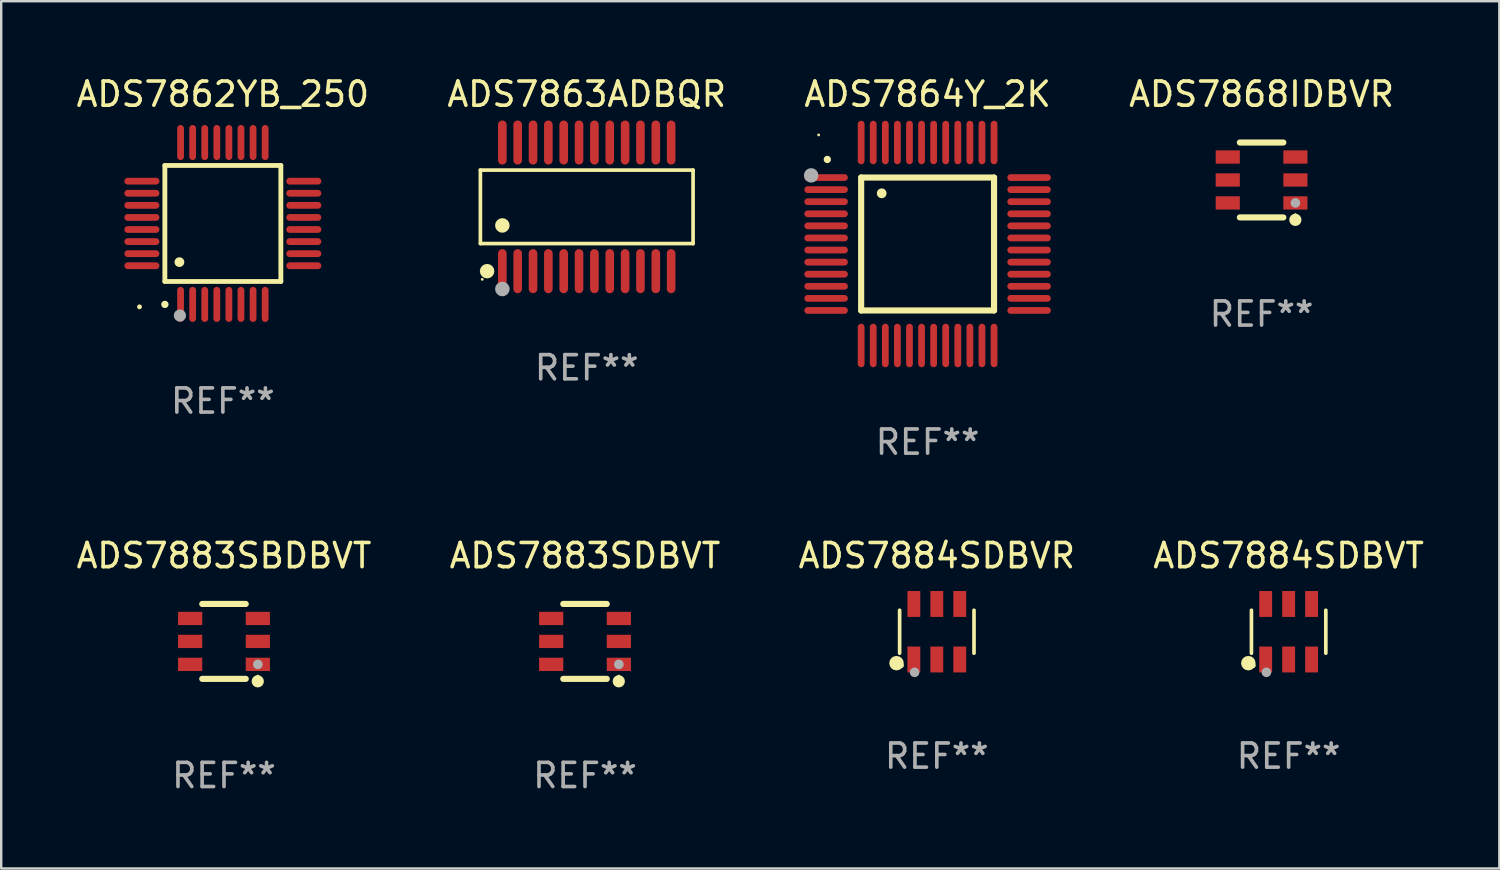
<source format=kicad_pcb>
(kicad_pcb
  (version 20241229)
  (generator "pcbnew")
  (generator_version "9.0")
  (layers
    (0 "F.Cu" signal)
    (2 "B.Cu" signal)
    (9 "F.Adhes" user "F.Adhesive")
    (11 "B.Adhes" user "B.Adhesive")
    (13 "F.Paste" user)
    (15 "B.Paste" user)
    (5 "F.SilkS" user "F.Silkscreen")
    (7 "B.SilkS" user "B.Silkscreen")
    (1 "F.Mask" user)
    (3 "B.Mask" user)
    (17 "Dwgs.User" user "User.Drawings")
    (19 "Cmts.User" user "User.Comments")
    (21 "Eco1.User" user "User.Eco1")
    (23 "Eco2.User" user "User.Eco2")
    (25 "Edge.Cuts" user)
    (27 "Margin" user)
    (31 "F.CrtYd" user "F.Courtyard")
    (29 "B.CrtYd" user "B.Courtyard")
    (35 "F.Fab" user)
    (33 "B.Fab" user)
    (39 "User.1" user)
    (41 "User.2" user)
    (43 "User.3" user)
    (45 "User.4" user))
  (footprint "ADS7883SBDBVT"
    (layer "F.Cu")
    (at 6.22 23.495)
    (property "Reference" "ADS7883SBDBVT" (at 0 -3.55 0) (layer "F.SilkS") (effects (font (size 1 1) (thickness 0.15))))
    (attr through_hole)
    (fp_line (start -0.9 -1.55) (end 0.9 -1.55) (stroke (width 0.254) (type solid)) (layer "F.SilkS"))
    (fp_line (start -0.9 1.55) (end 0.9 1.55) (stroke (width 0.254) (type solid)) (layer "F.SilkS"))
    (fp_circle (center 1.397 1.651) (end 1.524 1.651) (stroke (width 0.254) (type solid)) (fill no) (layer "F.SilkS"))
    (fp_circle (center 1.4 1.435) (end 1.43 1.435) (stroke (width 0.06) (type solid)) (fill no) (layer "F.SilkS"))
    (fp_circle (center 1.4 0.95) (end 1.5 0.95) (stroke (width 0.2) (type solid)) (fill no) (layer "F.Fab"))
    (fp_text user "REF**" (at 0 5.55 0) (layer "F.Fab") (effects (font (size 1 1) (thickness 0.15))))
    (pad "1" smd rect (at 1.4 0.95) (size 1 0.55) (layers "F.Cu" "F.Mask" "F.Paste"))
    (pad "2" smd rect (at 1.4 -0.000102) (size 1 0.55) (layers "F.Cu" "F.Mask" "F.Paste"))
    (pad "3" smd rect (at 1.4 -0.95) (size 1 0.55) (layers "F.Cu" "F.Mask" "F.Paste"))
    (pad "4" smd rect (at -1.4 -0.95) (size 1 0.55) (layers "F.Cu" "F.Mask" "F.Paste"))
    (pad "5" smd rect (at -1.4 -0.000102) (size 1 0.55) (layers "F.Cu" "F.Mask" "F.Paste"))
    (pad "6" smd rect (at -1.4 0.95) (size 1 0.55) (layers "F.Cu" "F.Mask" "F.Paste")))
  (footprint "ADS7862YB_250"
    (layer "F.Cu")
    (at 6.173 6.198)
    (property "Reference" "ADS7862YB_250" (at 0 -5.35 0) (layer "F.SilkS") (effects (font (size 1 1) (thickness 0.15))))
    (attr through_hole)
    (fp_line (start -2.4 -2.4) (end -2.4 2.4) (stroke (width 0.2) (type solid)) (layer "F.SilkS"))
    (fp_line (start -2.4 2.4) (end 2.4 2.4) (stroke (width 0.2) (type solid)) (layer "F.SilkS"))
    (fp_line (start 2.4 -2.4) (end -2.4 -2.4) (stroke (width 0.2) (type solid)) (layer "F.SilkS"))
    (fp_line (start 2.4 2.4) (end 2.4 -2.4) (stroke (width 0.2) (type solid)) (layer "F.SilkS"))
    (fp_arc (start -2.400305 3.350267) (mid -2.399035 3.350262) (end -2.397765 3.350267) (stroke (width 0.3) (type solid)) (layer "F.SilkS"))
    (fp_arc (start -1.800864 1.600203) (mid -1.798324 1.600187) (end -1.795784 1.600203) (stroke (width 0.4) (type solid)) (layer "F.SilkS"))
    (fp_circle (center -3.45 3.45) (end -3.4 3.45) (stroke (width 0.1) (type solid)) (fill no) (layer "F.SilkS"))
    (fp_circle (center -1.778 3.81) (end -1.651 3.81) (stroke (width 0.254) (type solid)) (fill no) (layer "F.Fab"))
    (fp_text user "REF**" (at 0 7.35 0) (layer "F.Fab") (effects (font (size 1 1) (thickness 0.15))))
    (pad "1" smd oval (at -1.75 3.35) (size 0.28 1.45) (layers "F.Cu" "F.Mask" "F.Paste"))
    (pad "2" smd oval (at -1.25 3.35) (size 0.28 1.45) (layers "F.Cu" "F.Mask" "F.Paste"))
    (pad "3" smd oval (at -0.75 3.35) (size 0.28 1.45) (layers "F.Cu" "F.Mask" "F.Paste"))
    (pad "4" smd oval (at -0.25 3.35) (size 0.28 1.45) (layers "F.Cu" "F.Mask" "F.Paste"))
    (pad "5" smd oval (at 0.25 3.35) (size 0.28 1.45) (layers "F.Cu" "F.Mask" "F.Paste"))
    (pad "6" smd oval (at 0.75 3.35) (size 0.28 1.45) (layers "F.Cu" "F.Mask" "F.Paste"))
    (pad "7" smd oval (at 1.25 3.35) (size 0.28 1.45) (layers "F.Cu" "F.Mask" "F.Paste"))
    (pad "8" smd oval (at 1.75 3.35) (size 0.28 1.45) (layers "F.Cu" "F.Mask" "F.Paste"))
    (pad "9" smd oval (at 3.35 1.75) (size 1.45 0.28) (layers "F.Cu" "F.Mask" "F.Paste"))
    (pad "10" smd oval (at 3.35 1.25) (size 1.45 0.28) (layers "F.Cu" "F.Mask" "F.Paste"))
    (pad "11" smd oval (at 3.35 0.75) (size 1.45 0.28) (layers "F.Cu" "F.Mask" "F.Paste"))
    (pad "12" smd oval (at 3.35 0.25) (size 1.45 0.28) (layers "F.Cu" "F.Mask" "F.Paste"))
    (pad "13" smd oval (at 3.35 -0.25) (size 1.45 0.28) (layers "F.Cu" "F.Mask" "F.Paste"))
    (pad "14" smd oval (at 3.35 -0.75) (size 1.45 0.28) (layers "F.Cu" "F.Mask" "F.Paste"))
    (pad "15" smd oval (at 3.35 -1.25) (size 1.45 0.28) (layers "F.Cu" "F.Mask" "F.Paste"))
    (pad "16" smd oval (at 3.35 -1.75) (size 1.45 0.28) (layers "F.Cu" "F.Mask" "F.Paste"))
    (pad "17" smd oval (at 1.75 -3.35) (size 0.28 1.45) (layers "F.Cu" "F.Mask" "F.Paste"))
    (pad "18" smd oval (at 1.25 -3.35) (size 0.28 1.45) (layers "F.Cu" "F.Mask" "F.Paste"))
    (pad "19" smd oval (at 0.75 -3.35) (size 0.28 1.45) (layers "F.Cu" "F.Mask" "F.Paste"))
    (pad "20" smd oval (at 0.25 -3.35) (size 0.28 1.45) (layers "F.Cu" "F.Mask" "F.Paste"))
    (pad "21" smd oval (at -0.25 -3.35) (size 0.28 1.45) (layers "F.Cu" "F.Mask" "F.Paste"))
    (pad "22" smd oval (at -0.75 -3.35) (size 0.28 1.45) (layers "F.Cu" "F.Mask" "F.Paste"))
    (pad "23" smd oval (at -1.25 -3.35) (size 0.28 1.45) (layers "F.Cu" "F.Mask" "F.Paste"))
    (pad "24" smd oval (at -1.75 -3.35) (size 0.28 1.45) (layers "F.Cu" "F.Mask" "F.Paste"))
    (pad "25" smd oval (at -3.35 -1.75) (size 1.45 0.28) (layers "F.Cu" "F.Mask" "F.Paste"))
    (pad "26" smd oval (at -3.35 -1.25) (size 1.45 0.28) (layers "F.Cu" "F.Mask" "F.Paste"))
    (pad "27" smd oval (at -3.35 -0.75) (size 1.45 0.28) (layers "F.Cu" "F.Mask" "F.Paste"))
    (pad "28" smd oval (at -3.35 -0.25) (size 1.45 0.28) (layers "F.Cu" "F.Mask" "F.Paste"))
    (pad "29" smd oval (at -3.35 0.25) (size 1.45 0.28) (layers "F.Cu" "F.Mask" "F.Paste"))
    (pad "30" smd oval (at -3.35 0.75) (size 1.45 0.28) (layers "F.Cu" "F.Mask" "F.Paste"))
    (pad "31" smd oval (at -3.35 1.25) (size 1.45 0.28) (layers "F.Cu" "F.Mask" "F.Paste"))
    (pad "32" smd oval (at -3.35 1.75) (size 1.45 0.28) (layers "F.Cu" "F.Mask" "F.Paste")))
  (footprint "ADS7868IDBVR"
    (layer "F.Cu")
    (at 49.161 4.398)
    (property "Reference" "ADS7868IDBVR" (at 0 -3.55 0) (layer "F.SilkS") (effects (font (size 1 1) (thickness 0.15))))
    (attr through_hole)
    (fp_line (start -0.9 -1.55) (end 0.9 -1.55) (stroke (width 0.254) (type solid)) (layer "F.SilkS"))
    (fp_line (start -0.9 1.55) (end 0.9 1.55) (stroke (width 0.254) (type solid)) (layer "F.SilkS"))
    (fp_circle (center 1.397 1.651) (end 1.524 1.651) (stroke (width 0.254) (type solid)) (fill no) (layer "F.SilkS"))
    (fp_circle (center 1.4 1.435) (end 1.43 1.435) (stroke (width 0.06) (type solid)) (fill no) (layer "F.SilkS"))
    (fp_circle (center 1.4 0.95) (end 1.5 0.95) (stroke (width 0.2) (type solid)) (fill no) (layer "F.Fab"))
    (fp_text user "REF**" (at 0 5.55 0) (layer "F.Fab") (effects (font (size 1 1) (thickness 0.15))))
    (pad "1" smd rect (at 1.4 0.95) (size 1 0.55) (layers "F.Cu" "F.Mask" "F.Paste"))
    (pad "2" smd rect (at 1.4 -0.000102) (size 1 0.55) (layers "F.Cu" "F.Mask" "F.Paste"))
    (pad "3" smd rect (at 1.4 -0.95) (size 1 0.55) (layers "F.Cu" "F.Mask" "F.Paste"))
    (pad "4" smd rect (at -1.4 -0.95) (size 1 0.55) (layers "F.Cu" "F.Mask" "F.Paste"))
    (pad "5" smd rect (at -1.4 -0.000102) (size 1 0.55) (layers "F.Cu" "F.Mask" "F.Paste"))
    (pad "6" smd rect (at -1.4 0.95) (size 1 0.55) (layers "F.Cu" "F.Mask" "F.Paste")))
  (footprint "ADS7864Y_2K"
    (layer "F.Cu")
    (at 35.339 7.048)
    (property "Reference" "ADS7864Y_2K" (at 0 -6.2 0) (layer "F.SilkS") (effects (font (size 1 1) (thickness 0.15))))
    (attr through_hole)
    (fp_line (start -2.75 -2.75) (end 2.75 -2.75) (stroke (width 0.254) (type solid)) (layer "F.SilkS"))
    (fp_line (start -2.75 2.75) (end -2.75 -2.75) (stroke (width 0.254) (type solid)) (layer "F.SilkS"))
    (fp_line (start 2.75 -2.75) (end 2.75 2.75) (stroke (width 0.254) (type solid)) (layer "F.SilkS"))
    (fp_line (start 2.75 2.75) (end -2.75 2.75) (stroke (width 0.254) (type solid)) (layer "F.SilkS"))
    (fp_arc (start -4.150368 -3.497587) (mid -4.150373 -3.498857) (end -4.150368 -3.500127) (stroke (width 0.3) (type solid)) (layer "F.SilkS"))
    (fp_arc (start -1.899924 -2.095504) (mid -1.89994 -2.098044) (end -1.899924 -2.100584) (stroke (width 0.4) (type solid)) (layer "F.SilkS"))
    (fp_circle (center -4.509 -4.513) (end -4.479 -4.513) (stroke (width 0.06) (type solid)) (fill no) (layer "F.SilkS"))
    (fp_circle (center -4.82 -2.84) (end -4.67 -2.84) (stroke (width 0.3) (type solid)) (fill no) (layer "F.Fab"))
    (fp_text user "REF**" (at 0 8.2 0) (layer "F.Fab") (effects (font (size 1 1) (thickness 0.15))))
    (pad "1" smd oval (at -4.2 -2.75 90) (size 0.28 1.8) (layers "F.Cu" "F.Mask" "F.Paste"))
    (pad "2" smd oval (at -4.2 -2.25 90) (size 0.28 1.8) (layers "F.Cu" "F.Mask" "F.Paste"))
    (pad "3" smd oval (at -4.2 -1.75 90) (size 0.28 1.8) (layers "F.Cu" "F.Mask" "F.Paste"))
    (pad "4" smd oval (at -4.2 -1.25 90) (size 0.28 1.8) (layers "F.Cu" "F.Mask" "F.Paste"))
    (pad "5" smd oval (at -4.2 -0.75 90) (size 0.28 1.8) (layers "F.Cu" "F.Mask" "F.Paste"))
    (pad "6" smd oval (at -4.2 -0.25 90) (size 0.28 1.8) (layers "F.Cu" "F.Mask" "F.Paste"))
    (pad "7" smd oval (at -4.2 0.25 90) (size 0.28 1.8) (layers "F.Cu" "F.Mask" "F.Paste"))
    (pad "8" smd oval (at -4.2 0.75 90) (size 0.28 1.8) (layers "F.Cu" "F.Mask" "F.Paste"))
    (pad "9" smd oval (at -4.2 1.25 90) (size 0.28 1.8) (layers "F.Cu" "F.Mask" "F.Paste"))
    (pad "10" smd oval (at -4.2 1.75 90) (size 0.28 1.8) (layers "F.Cu" "F.Mask" "F.Paste"))
    (pad "11" smd oval (at -4.2 2.25 90) (size 0.28 1.8) (layers "F.Cu" "F.Mask" "F.Paste"))
    (pad "12" smd oval (at -4.2 2.75 90) (size 0.28 1.8) (layers "F.Cu" "F.Mask" "F.Paste"))
    (pad "13" smd oval (at -2.75 4.2) (size 0.28 1.8) (layers "F.Cu" "F.Mask" "F.Paste"))
    (pad "14" smd oval (at -2.25 4.2) (size 0.28 1.8) (layers "F.Cu" "F.Mask" "F.Paste"))
    (pad "15" smd oval (at -1.75 4.2) (size 0.28 1.8) (layers "F.Cu" "F.Mask" "F.Paste"))
    (pad "16" smd oval (at -1.25 4.2) (size 0.28 1.8) (layers "F.Cu" "F.Mask" "F.Paste"))
    (pad "17" smd oval (at -0.75 4.2) (size 0.28 1.8) (layers "F.Cu" "F.Mask" "F.Paste"))
    (pad "18" smd oval (at -0.25 4.2) (size 0.28 1.8) (layers "F.Cu" "F.Mask" "F.Paste"))
    (pad "19" smd oval (at 0.25 4.2) (size 0.28 1.8) (layers "F.Cu" "F.Mask" "F.Paste"))
    (pad "20" smd oval (at 0.75 4.2) (size 0.28 1.8) (layers "F.Cu" "F.Mask" "F.Paste"))
    (pad "21" smd oval (at 1.25 4.2) (size 0.28 1.8) (layers "F.Cu" "F.Mask" "F.Paste"))
    (pad "22" smd oval (at 1.75 4.2) (size 0.28 1.8) (layers "F.Cu" "F.Mask" "F.Paste"))
    (pad "23" smd oval (at 2.25 4.2) (size 0.28 1.8) (layers "F.Cu" "F.Mask" "F.Paste"))
    (pad "24" smd oval (at 2.75 4.2) (size 0.28 1.8) (layers "F.Cu" "F.Mask" "F.Paste"))
    (pad "25" smd oval (at 4.2 2.75 90) (size 0.28 1.8) (layers "F.Cu" "F.Mask" "F.Paste"))
    (pad "26" smd oval (at 4.2 2.25 90) (size 0.28 1.8) (layers "F.Cu" "F.Mask" "F.Paste"))
    (pad "27" smd oval (at 4.2 1.75 90) (size 0.28 1.8) (layers "F.Cu" "F.Mask" "F.Paste"))
    (pad "28" smd oval (at 4.2 1.25 90) (size 0.28 1.8) (layers "F.Cu" "F.Mask" "F.Paste"))
    (pad "29" smd oval (at 4.2 0.75 90) (size 0.28 1.8) (layers "F.Cu" "F.Mask" "F.Paste"))
    (pad "30" smd oval (at 4.2 0.25 90) (size 0.28 1.8) (layers "F.Cu" "F.Mask" "F.Paste"))
    (pad "31" smd oval (at 4.2 -0.25 90) (size 0.28 1.8) (layers "F.Cu" "F.Mask" "F.Paste"))
    (pad "32" smd oval (at 4.2 -0.75 90) (size 0.28 1.8) (layers "F.Cu" "F.Mask" "F.Paste"))
    (pad "33" smd oval (at 4.2 -1.25 90) (size 0.28 1.8) (layers "F.Cu" "F.Mask" "F.Paste"))
    (pad "34" smd oval (at 4.2 -1.75 90) (size 0.28 1.8) (layers "F.Cu" "F.Mask" "F.Paste"))
    (pad "35" smd oval (at 4.2 -2.25 90) (size 0.28 1.8) (layers "F.Cu" "F.Mask" "F.Paste"))
    (pad "36" smd oval (at 4.2 -2.75 90) (size 0.28 1.8) (layers "F.Cu" "F.Mask" "F.Paste"))
    (pad "37" smd oval (at 2.75 -4.2) (size 0.28 1.8) (layers "F.Cu" "F.Mask" "F.Paste"))
    (pad "38" smd oval (at 2.25 -4.2) (size 0.28 1.8) (layers "F.Cu" "F.Mask" "F.Paste"))
    (pad "39" smd oval (at 1.75 -4.2) (size 0.28 1.8) (layers "F.Cu" "F.Mask" "F.Paste"))
    (pad "40" smd oval (at 1.25 -4.2) (size 0.28 1.8) (layers "F.Cu" "F.Mask" "F.Paste"))
    (pad "41" smd oval (at 0.75 -4.2) (size 0.28 1.8) (layers "F.Cu" "F.Mask" "F.Paste"))
    (pad "42" smd oval (at 0.25 -4.2) (size 0.28 1.8) (layers "F.Cu" "F.Mask" "F.Paste"))
    (pad "43" smd oval (at -0.25 -4.2) (size 0.28 1.8) (layers "F.Cu" "F.Mask" "F.Paste"))
    (pad "44" smd oval (at -0.75 -4.2) (size 0.28 1.8) (layers "F.Cu" "F.Mask" "F.Paste"))
    (pad "45" smd oval (at -1.25 -4.2) (size 0.28 1.8) (layers "F.Cu" "F.Mask" "F.Paste"))
    (pad "46" smd oval (at -1.75 -4.2) (size 0.28 1.8) (layers "F.Cu" "F.Mask" "F.Paste"))
    (pad "47" smd oval (at -2.25 -4.2) (size 0.28 1.8) (layers "F.Cu" "F.Mask" "F.Paste"))
    (pad "48" smd oval (at -2.75 -4.2) (size 0.28 1.8) (layers "F.Cu" "F.Mask" "F.Paste")))
  (footprint "ADS7884SDBVR"
    (layer "F.Cu")
    (at 35.72 23.094)
    (property "Reference" "ADS7884SDBVR" (at 0 -3.149 0) (layer "F.SilkS") (effects (font (size 1 1) (thickness 0.15))))
    (attr through_hole)
    (fp_line (start -1.539 0.889) (end -1.539 -0.889) (stroke (width 0.152) (type solid)) (layer "F.SilkS"))
    (fp_line (start 1.539 0.889) (end 1.539 -0.889) (stroke (width 0.152) (type solid)) (layer "F.SilkS"))
    (fp_circle (center -1.668 1.301) (end -1.518 1.301) (stroke (width 0.3) (type solid)) (fill no) (layer "F.SilkS"))
    (fp_circle (center -1.463 1.4) (end -1.413 1.4) (stroke (width 0.1) (type solid)) (fill no) (layer "F.SilkS"))
    (fp_circle (center -0.92 1.68) (end -0.82 1.68) (stroke (width 0.2) (type solid)) (fill no) (layer "F.Fab"))
    (fp_text user "REF**" (at 0 5.149 0) (layer "F.Fab") (effects (font (size 1 1) (thickness 0.15))))
    (pad "1" smd rect (at -0.95 1.149) (size 0.532 1.072) (layers "F.Cu" "F.Mask" "F.Paste"))
    (pad "2" smd rect (at 0 1.149) (size 0.532 1.072) (layers "F.Cu" "F.Mask" "F.Paste"))
    (pad "3" smd rect (at 0.95 1.149) (size 0.532 1.072) (layers "F.Cu" "F.Mask" "F.Paste"))
    (pad "4" smd rect (at 0.95 -1.149) (size 0.532 1.072) (layers "F.Cu" "F.Mask" "F.Paste"))
    (pad "5" smd rect (at 0 -1.149) (size 0.532 1.072) (layers "F.Cu" "F.Mask" "F.Paste"))
    (pad "6" smd rect (at -0.95 -1.149) (size 0.532 1.072) (layers "F.Cu" "F.Mask" "F.Paste")))
  (footprint "ADS7863ADBQR"
    (layer "F.Cu")
    (at 21.232 5.51)
    (property "Reference" "ADS7863ADBQR" (at 0 -4.662 0) (layer "F.SilkS") (effects (font (size 1 1) (thickness 0.15))))
    (attr through_hole)
    (fp_line (start -4.401 -1.521) (end 4.401 -1.521) (stroke (width 0.152) (type solid)) (layer "F.SilkS"))
    (fp_line (start -4.401 1.521) (end -4.401 -1.521) (stroke (width 0.152) (type solid)) (layer "F.SilkS"))
    (fp_line (start 4.401 -1.521) (end 4.401 1.521) (stroke (width 0.152) (type solid)) (layer "F.SilkS"))
    (fp_line (start 4.401 1.521) (end -4.401 1.521) (stroke (width 0.152) (type solid)) (layer "F.SilkS"))
    (fp_circle (center -4.325 3) (end -4.295 3) (stroke (width 0.06) (type solid)) (fill no) (layer "F.SilkS"))
    (fp_circle (center -4.123 2.662) (end -3.973 2.662) (stroke (width 0.3) (type solid)) (fill no) (layer "F.SilkS"))
    (fp_circle (center -3.493 0.769) (end -3.342 0.769) (stroke (width 0.3) (type solid)) (fill no) (layer "F.SilkS"))
    (fp_circle (center -3.493 3.4) (end -3.342 3.4) (stroke (width 0.3) (type solid)) (fill no) (layer "F.Fab"))
    (fp_text user "REF**" (at 0 6.662 0) (layer "F.Fab") (effects (font (size 1 1) (thickness 0.15))))
    (pad "1" smd oval (at -3.493 2.662) (size 0.356 1.824) (layers "F.Cu" "F.Mask" "F.Paste"))
    (pad "2" smd oval (at -2.858 2.662) (size 0.356 1.824) (layers "F.Cu" "F.Mask" "F.Paste"))
    (pad "3" smd oval (at -2.223 2.662) (size 0.356 1.824) (layers "F.Cu" "F.Mask" "F.Paste"))
    (pad "4" smd oval (at -1.588 2.662) (size 0.356 1.824) (layers "F.Cu" "F.Mask" "F.Paste"))
    (pad "5" smd oval (at -0.953 2.662) (size 0.356 1.824) (layers "F.Cu" "F.Mask" "F.Paste"))
    (pad "6" smd oval (at -0.318 2.662) (size 0.356 1.824) (layers "F.Cu" "F.Mask" "F.Paste"))
    (pad "7" smd oval (at 0.318 2.662) (size 0.356 1.824) (layers "F.Cu" "F.Mask" "F.Paste"))
    (pad "8" smd oval (at 0.953 2.662) (size 0.356 1.824) (layers "F.Cu" "F.Mask" "F.Paste"))
    (pad "9" smd oval (at 1.588 2.662) (size 0.356 1.824) (layers "F.Cu" "F.Mask" "F.Paste"))
    (pad "10" smd oval (at 2.223 2.662) (size 0.356 1.824) (layers "F.Cu" "F.Mask" "F.Paste"))
    (pad "11" smd oval (at 2.858 2.662) (size 0.356 1.824) (layers "F.Cu" "F.Mask" "F.Paste"))
    (pad "12" smd oval (at 3.493 2.662) (size 0.356 1.824) (layers "F.Cu" "F.Mask" "F.Paste"))
    (pad "13" smd oval (at 3.493 -2.662) (size 0.356 1.824) (layers "F.Cu" "F.Mask" "F.Paste"))
    (pad "14" smd oval (at 2.858 -2.662) (size 0.356 1.824) (layers "F.Cu" "F.Mask" "F.Paste"))
    (pad "15" smd oval (at 2.223 -2.662) (size 0.356 1.824) (layers "F.Cu" "F.Mask" "F.Paste"))
    (pad "16" smd oval (at 1.588 -2.662) (size 0.356 1.824) (layers "F.Cu" "F.Mask" "F.Paste"))
    (pad "17" smd oval (at 0.953 -2.662) (size 0.356 1.824) (layers "F.Cu" "F.Mask" "F.Paste"))
    (pad "18" smd oval (at 0.318 -2.662) (size 0.356 1.824) (layers "F.Cu" "F.Mask" "F.Paste"))
    (pad "19" smd oval (at -0.318 -2.662) (size 0.356 1.824) (layers "F.Cu" "F.Mask" "F.Paste"))
    (pad "20" smd oval (at -0.953 -2.662) (size 0.356 1.824) (layers "F.Cu" "F.Mask" "F.Paste"))
    (pad "21" smd oval (at -1.588 -2.662) (size 0.356 1.824) (layers "F.Cu" "F.Mask" "F.Paste"))
    (pad "22" smd oval (at -2.223 -2.662) (size 0.356 1.824) (layers "F.Cu" "F.Mask" "F.Paste"))
    (pad "23" smd oval (at -2.858 -2.662) (size 0.356 1.824) (layers "F.Cu" "F.Mask" "F.Paste"))
    (pad "24" smd oval (at -3.493 -2.662) (size 0.356 1.824) (layers "F.Cu" "F.Mask" "F.Paste")))
  (footprint "ADS7884SDBVT"
    (layer "F.Cu")
    (at 50.28 23.094)
    (property "Reference" "ADS7884SDBVT" (at 0 -3.149 0) (layer "F.SilkS") (effects (font (size 1 1) (thickness 0.15))))
    (attr through_hole)
    (fp_line (start -1.539 0.889) (end -1.539 -0.889) (stroke (width 0.152) (type solid)) (layer "F.SilkS"))
    (fp_line (start 1.539 0.889) (end 1.539 -0.889) (stroke (width 0.152) (type solid)) (layer "F.SilkS"))
    (fp_circle (center -1.668 1.301) (end -1.518 1.301) (stroke (width 0.3) (type solid)) (fill no) (layer "F.SilkS"))
    (fp_circle (center -1.463 1.4) (end -1.413 1.4) (stroke (width 0.1) (type solid)) (fill no) (layer "F.SilkS"))
    (fp_circle (center -0.92 1.68) (end -0.82 1.68) (stroke (width 0.2) (type solid)) (fill no) (layer "F.Fab"))
    (fp_text user "REF**" (at 0 5.149 0) (layer "F.Fab") (effects (font (size 1 1) (thickness 0.15))))
    (pad "1" smd rect (at -0.95 1.149) (size 0.532 1.072) (layers "F.Cu" "F.Mask" "F.Paste"))
    (pad "2" smd rect (at 0 1.149) (size 0.532 1.072) (layers "F.Cu" "F.Mask" "F.Paste"))
    (pad "3" smd rect (at 0.95 1.149) (size 0.532 1.072) (layers "F.Cu" "F.Mask" "F.Paste"))
    (pad "4" smd rect (at 0.95 -1.149) (size 0.532 1.072) (layers "F.Cu" "F.Mask" "F.Paste"))
    (pad "5" smd rect (at 0 -1.149) (size 0.532 1.072) (layers "F.Cu" "F.Mask" "F.Paste"))
    (pad "6" smd rect (at -0.95 -1.149) (size 0.532 1.072) (layers "F.Cu" "F.Mask" "F.Paste")))
  (footprint "ADS7883SDBVT"
    (layer "F.Cu")
    (at 21.161 23.495)
    (property "Reference" "ADS7883SDBVT" (at 0 -3.55 0) (layer "F.SilkS") (effects (font (size 1 1) (thickness 0.15))))
    (attr through_hole)
    (fp_line (start -0.9 -1.55) (end 0.9 -1.55) (stroke (width 0.254) (type solid)) (layer "F.SilkS"))
    (fp_line (start -0.9 1.55) (end 0.9 1.55) (stroke (width 0.254) (type solid)) (layer "F.SilkS"))
    (fp_circle (center 1.397 1.651) (end 1.524 1.651) (stroke (width 0.254) (type solid)) (fill no) (layer "F.SilkS"))
    (fp_circle (center 1.4 1.435) (end 1.43 1.435) (stroke (width 0.06) (type solid)) (fill no) (layer "F.SilkS"))
    (fp_circle (center 1.4 0.95) (end 1.5 0.95) (stroke (width 0.2) (type solid)) (fill no) (layer "F.Fab"))
    (fp_text user "REF**" (at 0 5.55 0) (layer "F.Fab") (effects (font (size 1 1) (thickness 0.15))))
    (pad "1" smd rect (at 1.4 0.95) (size 1 0.55) (layers "F.Cu" "F.Mask" "F.Paste"))
    (pad "2" smd rect (at 1.4 -0.000102) (size 1 0.55) (layers "F.Cu" "F.Mask" "F.Paste"))
    (pad "3" smd rect (at 1.4 -0.95) (size 1 0.55) (layers "F.Cu" "F.Mask" "F.Paste"))
    (pad "4" smd rect (at -1.4 -0.95) (size 1 0.55) (layers "F.Cu" "F.Mask" "F.Paste"))
    (pad "5" smd rect (at -1.4 -0.000102) (size 1 0.55) (layers "F.Cu" "F.Mask" "F.Paste"))
    (pad "6" smd rect (at -1.4 0.95) (size 1 0.55) (layers "F.Cu" "F.Mask" "F.Paste")))
  (gr_rect
    (start -3 -3)
    (end 59 32.893)
    (stroke (width 0.1) (type default))
    (fill no)
    (layer "Edge.Cuts")))
</source>
